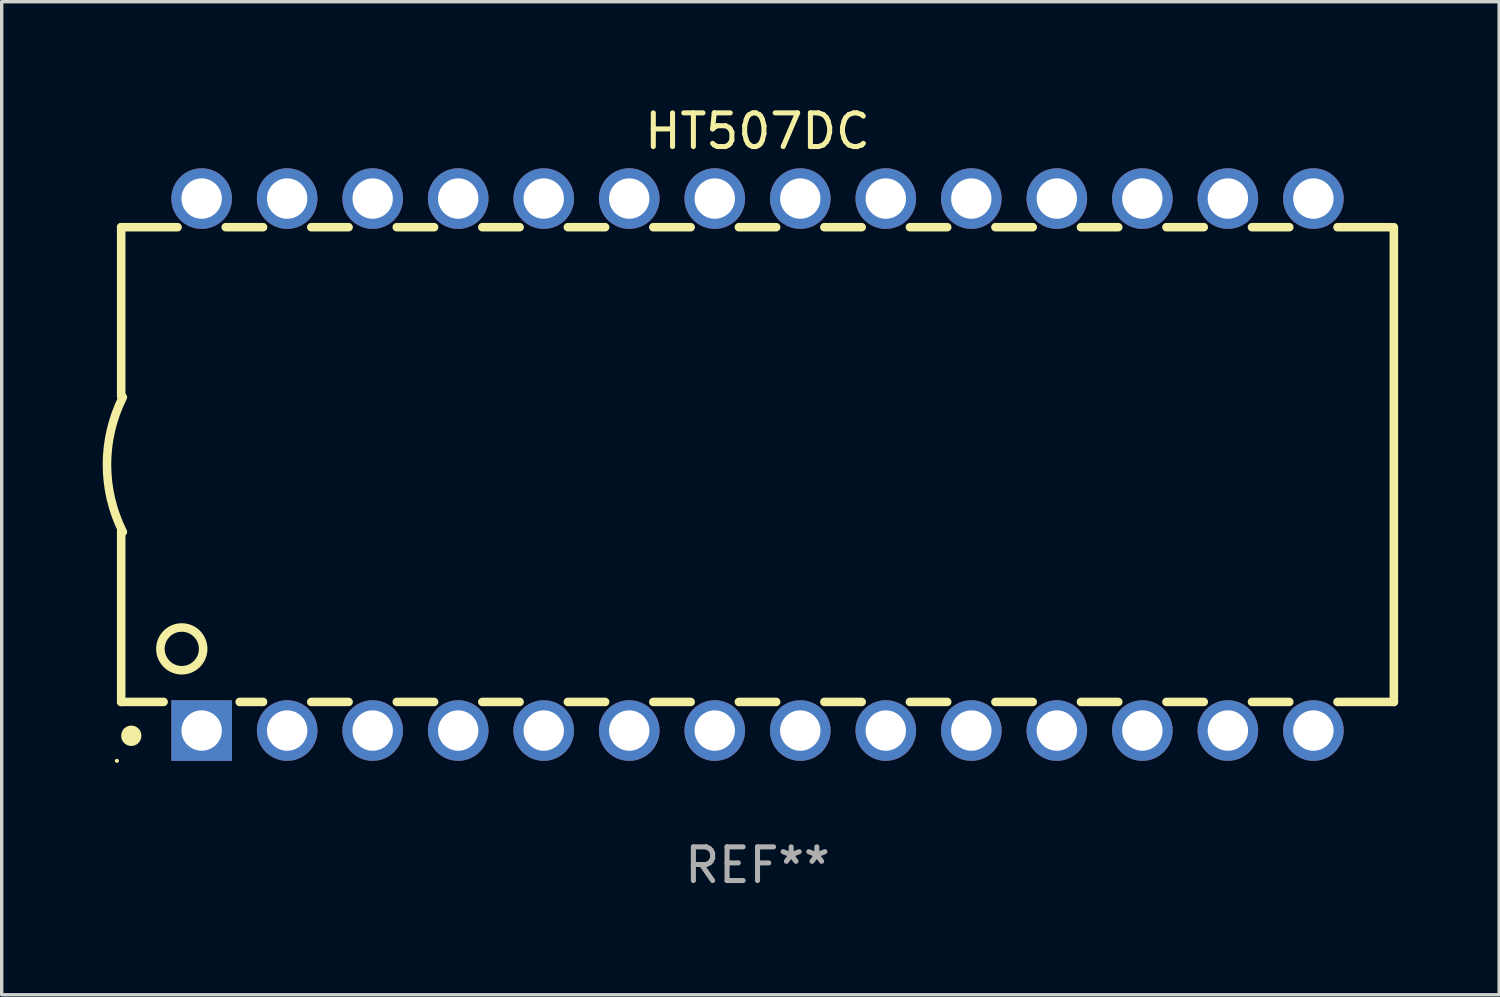
<source format=kicad_pcb>
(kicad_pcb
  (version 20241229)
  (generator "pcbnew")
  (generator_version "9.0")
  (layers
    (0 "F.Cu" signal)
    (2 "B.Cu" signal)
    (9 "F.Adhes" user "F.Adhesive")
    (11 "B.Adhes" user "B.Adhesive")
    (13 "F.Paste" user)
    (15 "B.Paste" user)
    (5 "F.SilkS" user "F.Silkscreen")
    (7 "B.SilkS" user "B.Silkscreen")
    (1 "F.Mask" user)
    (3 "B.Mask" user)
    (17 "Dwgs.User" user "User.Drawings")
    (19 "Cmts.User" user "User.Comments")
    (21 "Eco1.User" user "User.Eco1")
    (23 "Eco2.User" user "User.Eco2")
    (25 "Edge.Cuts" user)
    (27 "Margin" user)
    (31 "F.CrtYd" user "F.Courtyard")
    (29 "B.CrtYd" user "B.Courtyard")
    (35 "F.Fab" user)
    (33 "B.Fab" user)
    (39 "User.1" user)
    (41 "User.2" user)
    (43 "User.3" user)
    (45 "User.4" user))
  (footprint "HT507DC"
    (layer "F.Cu")
    (at 19.449 10.748)
    (property "Reference" "HT507DC" (at 0 -9.9 0) (layer "F.SilkS") (effects (font (size 1 1) (thickness 0.15))))
    (attr through_hole)
    (fp_line (start -18.9 -7.05) (end -18.9 -2.026) (stroke (width 0.254) (type solid)) (layer "F.SilkS"))
    (fp_line (start -18.9 -7.05) (end -17.226 -7.05) (stroke (width 0.254) (type solid)) (layer "F.SilkS"))
    (fp_line (start -18.9 1.974) (end -18.9 7.05) (stroke (width 0.254) (type solid)) (layer "F.SilkS"))
    (fp_line (start -18.9 7.05) (end -17.64 7.05) (stroke (width 0.254) (type solid)) (layer "F.SilkS"))
    (fp_line (start -15.794 -7.05) (end -14.686 -7.05) (stroke (width 0.254) (type solid)) (layer "F.SilkS"))
    (fp_line (start -15.38 7.05) (end -14.686 7.05) (stroke (width 0.254) (type solid)) (layer "F.SilkS"))
    (fp_line (start -13.254 7.05) (end -12.146 7.05) (stroke (width 0.254) (type solid)) (layer "F.SilkS"))
    (fp_line (start -13.254 -7.05) (end -12.146 -7.05) (stroke (width 0.254) (type solid)) (layer "F.SilkS"))
    (fp_line (start -10.714 -7.05) (end -9.606 -7.05) (stroke (width 0.254) (type solid)) (layer "F.SilkS"))
    (fp_line (start -10.714 7.05) (end -9.606 7.05) (stroke (width 0.254) (type solid)) (layer "F.SilkS"))
    (fp_line (start -8.174 -7.05) (end -7.066 -7.05) (stroke (width 0.254) (type solid)) (layer "F.SilkS"))
    (fp_line (start -8.174 7.05) (end -7.066 7.05) (stroke (width 0.254) (type solid)) (layer "F.SilkS"))
    (fp_line (start -5.634 -7.05) (end -4.526 -7.05) (stroke (width 0.254) (type solid)) (layer "F.SilkS"))
    (fp_line (start -5.634 7.05) (end -4.526 7.05) (stroke (width 0.254) (type solid)) (layer "F.SilkS"))
    (fp_line (start -3.094 -7.05) (end -1.986 -7.05) (stroke (width 0.254) (type solid)) (layer "F.SilkS"))
    (fp_line (start -3.094 7.05) (end -1.986 7.05) (stroke (width 0.254) (type solid)) (layer "F.SilkS"))
    (fp_line (start -0.554 -7.05) (end 0.554 -7.05) (stroke (width 0.254) (type solid)) (layer "F.SilkS"))
    (fp_line (start -0.554 7.05) (end 0.554 7.05) (stroke (width 0.254) (type solid)) (layer "F.SilkS"))
    (fp_line (start 1.986 -7.05) (end 3.094 -7.05) (stroke (width 0.254) (type solid)) (layer "F.SilkS"))
    (fp_line (start 1.986 7.05) (end 3.094 7.05) (stroke (width 0.254) (type solid)) (layer "F.SilkS"))
    (fp_line (start 4.526 -7.05) (end 5.634 -7.05) (stroke (width 0.254) (type solid)) (layer "F.SilkS"))
    (fp_line (start 4.526 7.05) (end 5.634 7.05) (stroke (width 0.254) (type solid)) (layer "F.SilkS"))
    (fp_line (start 7.066 -7.05) (end 8.174 -7.05) (stroke (width 0.254) (type solid)) (layer "F.SilkS"))
    (fp_line (start 7.066 7.05) (end 8.174 7.05) (stroke (width 0.254) (type solid)) (layer "F.SilkS"))
    (fp_line (start 9.606 -7.05) (end 10.714 -7.05) (stroke (width 0.254) (type solid)) (layer "F.SilkS"))
    (fp_line (start 9.606 7.05) (end 10.714 7.05) (stroke (width 0.254) (type solid)) (layer "F.SilkS"))
    (fp_line (start 12.146 -7.05) (end 13.254 -7.05) (stroke (width 0.254) (type solid)) (layer "F.SilkS"))
    (fp_line (start 12.146 7.05) (end 13.254 7.05) (stroke (width 0.254) (type solid)) (layer "F.SilkS"))
    (fp_line (start 14.686 -7.05) (end 15.794 -7.05) (stroke (width 0.254) (type solid)) (layer "F.SilkS"))
    (fp_line (start 14.686 7.05) (end 15.794 7.05) (stroke (width 0.254) (type solid)) (layer "F.SilkS"))
    (fp_line (start 17.226 -7.05) (end 18.8 -7.05) (stroke (width 0.254) (type solid)) (layer "F.SilkS"))
    (fp_line (start 17.226 7.05) (end 18.9 7.05) (stroke (width 0.254) (type solid)) (layer "F.SilkS"))
    (fp_line (start 18.9 7.05) (end 18.9 -7.05) (stroke (width 0.254) (type solid)) (layer "F.SilkS"))
    (fp_arc (start -18.849987 1.999975) (mid -19.322123 -0.000025) (end -18.849987 -2.000025) (stroke (width 0.254001) (type solid)) (layer "F.SilkS"))
    (fp_arc (start -18.599924 8.057734) (mid -18.599935 8.055207) (end -18.599924 8.052679) (stroke (width 0.6) (type solid)) (layer "F.SilkS"))
    (fp_circle (center -19.027 8.8) (end -18.997 8.8) (stroke (width 0.06) (type solid)) (fill no) (layer "F.SilkS"))
    (fp_circle (center -17.1 5.474) (end -16.465 5.474) (stroke (width 0.254) (type solid)) (fill no) (layer "F.SilkS"))
    (fp_text user "REF**" (at 0 11.9 0) (layer "F.Fab") (effects (font (size 1 1) (thickness 0.15))))
    (pad "1" thru_hole rect (at -16.51 7.9) (size 1.8 1.8) (drill 1.2) (layers "*.Cu" "*.Mask"))
    (pad "2" thru_hole circle (at -13.97 7.9) (size 1.8 1.8) (drill 1.2) (layers "*.Cu" "*.Mask"))
    (pad "3" thru_hole circle (at -11.43 7.9) (size 1.8 1.8) (drill 1.2) (layers "*.Cu" "*.Mask"))
    (pad "4" thru_hole circle (at -8.89 7.9) (size 1.8 1.8) (drill 1.2) (layers "*.Cu" "*.Mask"))
    (pad "5" thru_hole circle (at -6.35 7.9) (size 1.8 1.8) (drill 1.2) (layers "*.Cu" "*.Mask"))
    (pad "6" thru_hole circle (at -3.81 7.9) (size 1.8 1.8) (drill 1.2) (layers "*.Cu" "*.Mask"))
    (pad "7" thru_hole circle (at -1.27 7.9) (size 1.8 1.8) (drill 1.2) (layers "*.Cu" "*.Mask"))
    (pad "8" thru_hole circle (at 1.27 7.9) (size 1.8 1.8) (drill 1.2) (layers "*.Cu" "*.Mask"))
    (pad "9" thru_hole circle (at 3.81 7.9) (size 1.8 1.8) (drill 1.2) (layers "*.Cu" "*.Mask"))
    (pad "10" thru_hole circle (at 6.35 7.9) (size 1.8 1.8) (drill 1.2) (layers "*.Cu" "*.Mask"))
    (pad "11" thru_hole circle (at 8.89 7.9) (size 1.8 1.8) (drill 1.2) (layers "*.Cu" "*.Mask"))
    (pad "12" thru_hole circle (at 11.43 7.9) (size 1.8 1.8) (drill 1.2) (layers "*.Cu" "*.Mask"))
    (pad "13" thru_hole circle (at 13.97 7.9) (size 1.8 1.8) (drill 1.2) (layers "*.Cu" "*.Mask"))
    (pad "14" thru_hole circle (at 16.51 7.9) (size 1.8 1.8) (drill 1.2) (layers "*.Cu" "*.Mask"))
    (pad "15" thru_hole circle (at 16.51 -7.9) (size 1.8 1.8) (drill 1.2) (layers "*.Cu" "*.Mask"))
    (pad "16" thru_hole circle (at 13.97 -7.9) (size 1.8 1.8) (drill 1.2) (layers "*.Cu" "*.Mask"))
    (pad "17" thru_hole circle (at 11.43 -7.9) (size 1.8 1.8) (drill 1.2) (layers "*.Cu" "*.Mask"))
    (pad "18" thru_hole circle (at 8.89 -7.9) (size 1.8 1.8) (drill 1.2) (layers "*.Cu" "*.Mask"))
    (pad "19" thru_hole circle (at 6.35 -7.9) (size 1.8 1.8) (drill 1.2) (layers "*.Cu" "*.Mask"))
    (pad "20" thru_hole circle (at 3.81 -7.9) (size 1.8 1.8) (drill 1.2) (layers "*.Cu" "*.Mask"))
    (pad "21" thru_hole circle (at 1.27 -7.9) (size 1.8 1.8) (drill 1.2) (layers "*.Cu" "*.Mask"))
    (pad "22" thru_hole circle (at -1.27 -7.9) (size 1.8 1.8) (drill 1.2) (layers "*.Cu" "*.Mask"))
    (pad "23" thru_hole circle (at -3.81 -7.9) (size 1.8 1.8) (drill 1.2) (layers "*.Cu" "*.Mask"))
    (pad "24" thru_hole circle (at -6.35 -7.9) (size 1.8 1.8) (drill 1.2) (layers "*.Cu" "*.Mask"))
    (pad "25" thru_hole circle (at -8.89 -7.9) (size 1.8 1.8) (drill 1.2) (layers "*.Cu" "*.Mask"))
    (pad "26" thru_hole circle (at -11.43 -7.9) (size 1.8 1.8) (drill 1.2) (layers "*.Cu" "*.Mask"))
    (pad "27" thru_hole circle (at -13.97 -7.9) (size 1.8 1.8) (drill 1.2) (layers "*.Cu" "*.Mask"))
    (pad "28" thru_hole circle (at -16.51 -7.9) (size 1.8 1.8) (drill 1.2) (layers "*.Cu" "*.Mask")))
  (gr_rect
    (start -3 -3)
    (end 41.476 26.496)
    (stroke (width 0.1) (type default))
    (fill no)
    (layer "Edge.Cuts")))
</source>
